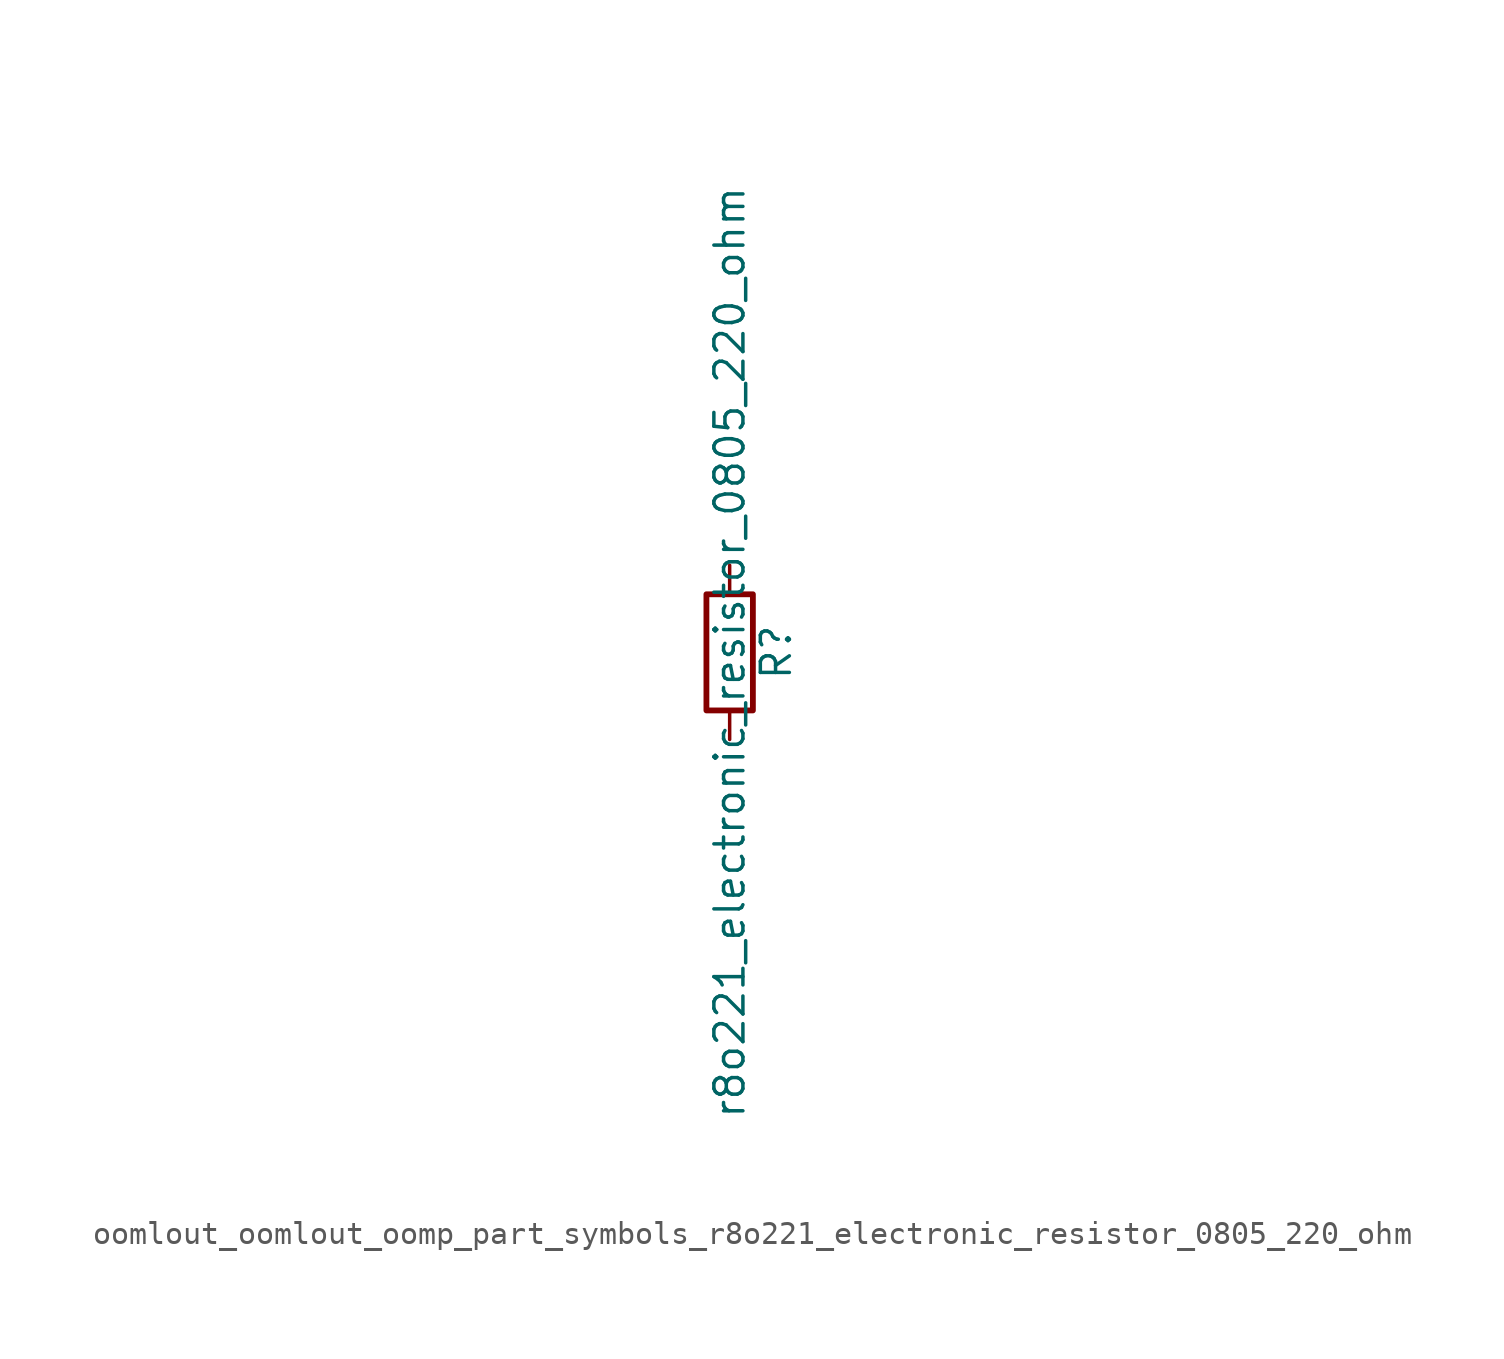
<source format=kicad_sym>
(kicad_symbol_lib
  (version 20220914)
  (generator kicad_symbol_editor)
  (symbol "oomlout_oomlout_oomp_part_symbols_r8o221_electronic_resistor_0805_220_ohm"
    (pin_numbers hide)
    (pin_names
      (offset 0))
    (property "Reference" "R"
      (at 2.032 0 90)
      (effects (font (size 1.27 1.27))))
    (property "Value" "r8o221_electronic_resistor_0805_220_ohm"
      (at 0 0 90)
      (effects (font (size 1.27 1.27))))
    (symbol "oomlout_oomlout_oomp_part_symbols_r8o221_electronic_resistor_0805_220_ohm_0_1"
      (rectangle (start -1.016 -2.54) (end 1.016 2.54) (stroke (width 0.254) (type default)) (fill (type none))))
    (symbol "oomlout_oomlout_oomp_part_symbols_r8o221_electronic_resistor_0805_220_ohm_1_1"
      (pin passive line (at 0 3.81 270) (length 1.27) (name "~" (effects (font (size 1.27 1.27)))) (number "1" (effects (font (size 1.27 1.27)))))
      (pin passive line (at 0 -3.81 90) (length 1.27) (name "~" (effects (font (size 1.27 1.27)))) (number "2" (effects (font (size 1.27 1.27))))))))
</source>
